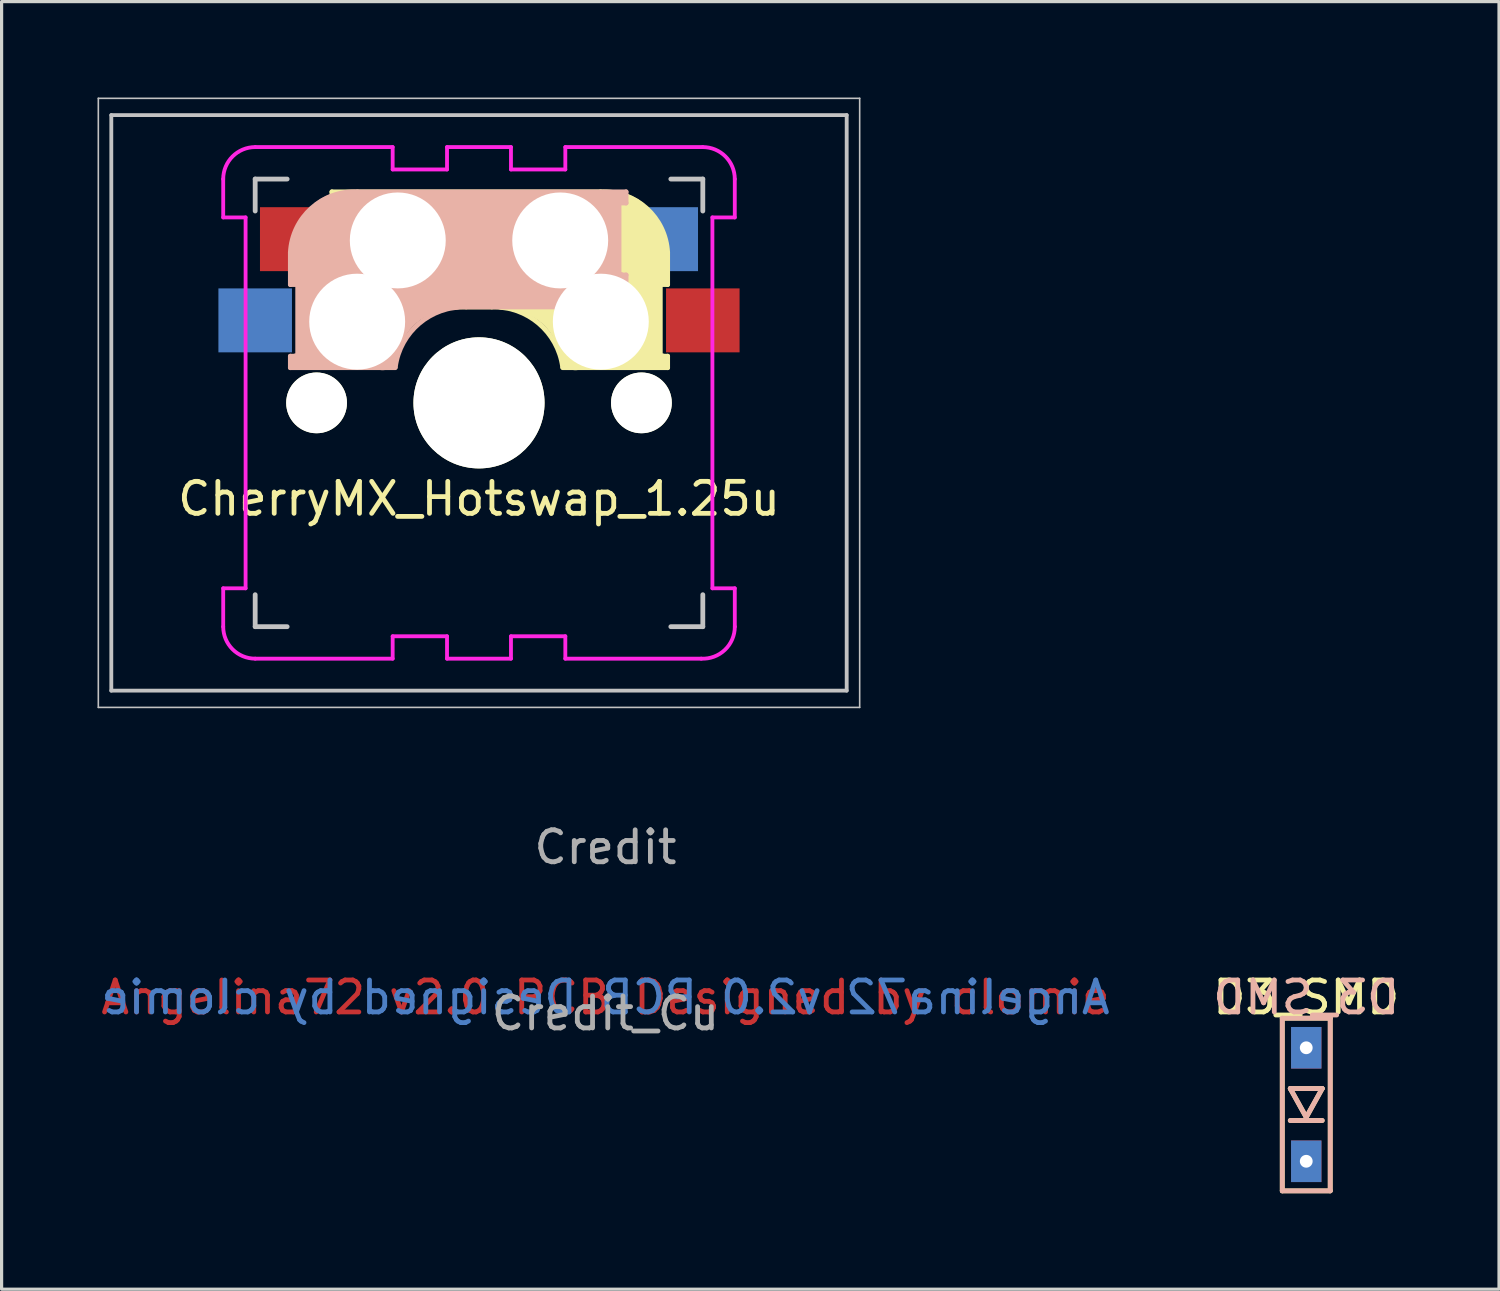
<source format=kicad_pcb>
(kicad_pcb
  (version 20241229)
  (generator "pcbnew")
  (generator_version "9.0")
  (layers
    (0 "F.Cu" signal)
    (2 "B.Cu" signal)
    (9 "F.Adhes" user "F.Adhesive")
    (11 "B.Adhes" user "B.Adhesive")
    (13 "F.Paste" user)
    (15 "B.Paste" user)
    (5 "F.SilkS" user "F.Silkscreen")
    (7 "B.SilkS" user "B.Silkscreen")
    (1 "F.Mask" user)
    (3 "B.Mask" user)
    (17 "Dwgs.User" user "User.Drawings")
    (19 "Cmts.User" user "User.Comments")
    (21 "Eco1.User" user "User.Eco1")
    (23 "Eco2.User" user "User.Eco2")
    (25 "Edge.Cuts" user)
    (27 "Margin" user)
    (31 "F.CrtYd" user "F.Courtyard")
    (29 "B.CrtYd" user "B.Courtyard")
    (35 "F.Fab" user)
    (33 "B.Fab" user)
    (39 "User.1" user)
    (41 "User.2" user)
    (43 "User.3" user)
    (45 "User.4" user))
  (footprint "Credit"
    (layer "F.Cu")
    (at 15.887 22.948)
    (property "Reference" "Credit" (at 0 0.5 0) (layer "F.Fab") (effects (font (size 1 1) (thickness 0.15))))
    (attr through_hole)
    (fp_text user "Angelina72 v2.0 PCB Designed by clomie" (at 0 0 0) (layer "F.Mask") (effects (font (size 1 1) (thickness 0.15))))
    (fp_text user "Angelina72 v2.0 PCB Designed by clomie" (at 0 0 0) (layer "B.Mask") (effects (font (size 1 1) (thickness 0.15)) (justify mirror))))
  (footprint "CherryMX_Hotswap_1.25u"
    (layer "F.Cu")
    (at 11.931 9.55)
    (property "Reference" "CherryMX_Hotswap_1.25u" (at 0 3 0) (layer "F.SilkS") (effects (font (size 1 1) (thickness 0.15))))
    (attr through_hole)
    (fp_line (start -4.6 -6.6) (end 3.8 -6.6) (stroke (width 0.15) (type solid)) (layer "F.SilkS"))
    (fp_line (start -4.6 -6.25) (end -4.6 -6.6) (stroke (width 0.15) (type solid)) (layer "F.SilkS"))
    (fp_line (start -4.6 -4) (end -4.4 -4) (stroke (width 0.15) (type solid)) (layer "F.SilkS"))
    (fp_line (start -4.6 -3) (end -4.6 -4) (stroke (width 0.15) (type solid)) (layer "F.SilkS"))
    (fp_line (start -4.4 -6.4) (end -3 -6.4) (stroke (width 0.4) (type solid)) (layer "F.SilkS"))
    (fp_line (start -4.4 -6.25) (end -4.6 -6.25) (stroke (width 0.15) (type solid)) (layer "F.SilkS"))
    (fp_line (start -4.4 -3.9) (end -4.4 -3.2) (stroke (width 0.4) (type solid)) (layer "F.SilkS"))
    (fp_line (start -4.38 -4) (end -4.38 -6.25) (stroke (width 0.15) (type solid)) (layer "F.SilkS"))
    (fp_line (start -4.3 -3.3) (end -2.9 -3.3) (stroke (width 0.5) (type solid)) (layer "F.SilkS"))
    (fp_line (start -3.9 -6) (end -3.9 -3.5) (stroke (width 1) (type solid)) (layer "F.SilkS"))
    (fp_line (start -2.6 -4.8) (end 4.1 -4.8) (stroke (width 3.5) (type solid)) (layer "F.SilkS"))
    (fp_line (start 0.4 -3) (end -4.6 -3) (stroke (width 0.15) (type solid)) (layer "F.SilkS"))
    (fp_line (start 4.17 -5.1) (end 4.17 -2.86) (stroke (width 3) (type solid)) (layer "F.SilkS"))
    (fp_line (start 5.3 -1.6) (end 5.3 -3.4) (stroke (width 0.8) (type solid)) (layer "F.SilkS"))
    (fp_line (start 5.67 -3.7) (end 5.67 -1.46) (stroke (width 0.15) (type solid)) (layer "F.SilkS"))
    (fp_line (start 5.7 -1.46) (end 5.9 -1.46) (stroke (width 0.15) (type solid)) (layer "F.SilkS"))
    (fp_line (start 5.7 -1.3) (end 3 -1.3) (stroke (width 0.5) (type solid)) (layer "F.SilkS"))
    (fp_line (start 5.8 -3.8) (end 5.8 -4.7) (stroke (width 0.3) (type solid)) (layer "F.SilkS"))
    (fp_line (start 5.9 -4.7) (end 5.9 -3.7) (stroke (width 0.15) (type solid)) (layer "F.SilkS"))
    (fp_line (start 5.9 -3.7) (end 5.7 -3.7) (stroke (width 0.15) (type solid)) (layer "F.SilkS"))
    (fp_line (start 5.9 -1.1) (end 2.62 -1.1) (stroke (width 0.15) (type solid)) (layer "F.SilkS"))
    (fp_line (start 5.9 -1.1) (end 5.9 -1.46) (stroke (width 0.15) (type solid)) (layer "F.SilkS"))
    (fp_arc (start 0.4 -3) (mid 1.868709 -2.486118) (end 2.616318 -1.121471) (stroke (width 0.15) (type solid)) (layer "F.SilkS"))
    (fp_arc (start 0.8 -3.4) (mid 2.268709 -2.886118) (end 3.016318 -1.521471) (stroke (width 1) (type solid)) (layer "F.SilkS"))
    (fp_arc (start 3.8 -6.600001) (mid 5.243504 -6.084925) (end 5.900001 -4.7) (stroke (width 0.15) (type solid)) (layer "F.SilkS"))
    (fp_line (start -5.9 -4.7) (end -5.9 -3.7) (stroke (width 0.15) (type solid)) (layer "B.SilkS"))
    (fp_line (start -5.9 -3.7) (end -5.7 -3.7) (stroke (width 0.15) (type solid)) (layer "B.SilkS"))
    (fp_line (start -5.9 -1.1) (end -5.9 -1.46) (stroke (width 0.15) (type solid)) (layer "B.SilkS"))
    (fp_line (start -5.9 -1.1) (end -2.62 -1.1) (stroke (width 0.15) (type solid)) (layer "B.SilkS"))
    (fp_line (start -5.8 -3.8) (end -5.8 -4.7) (stroke (width 0.3) (type solid)) (layer "B.SilkS"))
    (fp_line (start -5.7 -1.46) (end -5.9 -1.46) (stroke (width 0.15) (type solid)) (layer "B.SilkS"))
    (fp_line (start -5.7 -1.3) (end -3 -1.3) (stroke (width 0.5) (type solid)) (layer "B.SilkS"))
    (fp_line (start -5.67 -3.7) (end -5.67 -1.46) (stroke (width 0.15) (type solid)) (layer "B.SilkS"))
    (fp_line (start -5.3 -1.6) (end -5.3 -3.4) (stroke (width 0.8) (type solid)) (layer "B.SilkS"))
    (fp_line (start -4.17 -5.1) (end -4.17 -2.86) (stroke (width 3) (type solid)) (layer "B.SilkS"))
    (fp_line (start -0.4 -3) (end 4.6 -3) (stroke (width 0.15) (type solid)) (layer "B.SilkS"))
    (fp_line (start 2.6 -4.8) (end -4.1 -4.8) (stroke (width 3.5) (type solid)) (layer "B.SilkS"))
    (fp_line (start 3.9 -6) (end 3.9 -3.5) (stroke (width 1) (type solid)) (layer "B.SilkS"))
    (fp_line (start 4.3 -3.3) (end 2.9 -3.3) (stroke (width 0.5) (type solid)) (layer "B.SilkS"))
    (fp_line (start 4.38 -4) (end 4.38 -6.25) (stroke (width 0.15) (type solid)) (layer "B.SilkS"))
    (fp_line (start 4.4 -6.4) (end 3 -6.4) (stroke (width 0.4) (type solid)) (layer "B.SilkS"))
    (fp_line (start 4.4 -6.25) (end 4.6 -6.25) (stroke (width 0.15) (type solid)) (layer "B.SilkS"))
    (fp_line (start 4.4 -3.9) (end 4.4 -3.2) (stroke (width 0.4) (type solid)) (layer "B.SilkS"))
    (fp_line (start 4.6 -6.6) (end -3.8 -6.6) (stroke (width 0.15) (type solid)) (layer "B.SilkS"))
    (fp_line (start 4.6 -6.25) (end 4.6 -6.6) (stroke (width 0.15) (type solid)) (layer "B.SilkS"))
    (fp_line (start 4.6 -4) (end 4.4 -4) (stroke (width 0.15) (type solid)) (layer "B.SilkS"))
    (fp_line (start 4.6 -3) (end 4.6 -4) (stroke (width 0.15) (type solid)) (layer "B.SilkS"))
    (fp_arc (start -5.9 -4.699999) (mid -5.243504 -6.084924) (end -3.800001 -6.6) (stroke (width 0.15) (type solid)) (layer "B.SilkS"))
    (fp_arc (start -3.016318 -1.521471) (mid -2.268709 -2.886118) (end -0.8 -3.4) (stroke (width 1) (type solid)) (layer "B.SilkS"))
    (fp_arc (start -2.616318 -1.121471) (mid -1.868709 -2.486118) (end -0.4 -3) (stroke (width 0.15) (type solid)) (layer "B.SilkS"))
    (fp_line (start -11.906 -9.525) (end 11.906 -9.525) (stroke (width 0.05) (type solid)) (layer "Dwgs.User"))
    (fp_line (start -11.906 9.525) (end -11.906 -9.525) (stroke (width 0.05) (type solid)) (layer "Dwgs.User"))
    (fp_line (start -11.5 -9) (end 11.5 -9) (stroke (width 0.12) (type solid)) (layer "Dwgs.User"))
    (fp_line (start -11.5 9) (end -11.5 -9) (stroke (width 0.12) (type solid)) (layer "Dwgs.User"))
    (fp_line (start -7 -7) (end -6 -7) (stroke (width 0.15) (type solid)) (layer "Dwgs.User"))
    (fp_line (start -7 -6) (end -7 -7) (stroke (width 0.15) (type solid)) (layer "Dwgs.User"))
    (fp_line (start -7 6) (end -7 7) (stroke (width 0.15) (type solid)) (layer "Dwgs.User"))
    (fp_line (start -7 7) (end -6 7) (stroke (width 0.15) (type solid)) (layer "Dwgs.User"))
    (fp_line (start 6 7) (end 7 7) (stroke (width 0.15) (type solid)) (layer "Dwgs.User"))
    (fp_line (start 7 -7) (end 6 -7) (stroke (width 0.15) (type solid)) (layer "Dwgs.User"))
    (fp_line (start 7 -7) (end 7 -6) (stroke (width 0.15) (type solid)) (layer "Dwgs.User"))
    (fp_line (start 7 7) (end 7 6) (stroke (width 0.15) (type solid)) (layer "Dwgs.User"))
    (fp_line (start 11.5 -9) (end 11.5 9) (stroke (width 0.12) (type solid)) (layer "Dwgs.User"))
    (fp_line (start 11.5 9) (end -11.5 9) (stroke (width 0.12) (type solid)) (layer "Dwgs.User"))
    (fp_line (start 11.906 -9.525) (end 11.906 9.525) (stroke (width 0.05) (type solid)) (layer "Dwgs.User"))
    (fp_line (start 11.906 9.525) (end -11.906 9.525) (stroke (width 0.05) (type solid)) (layer "Dwgs.User"))
    (fp_line (start -8 -7) (end -8 -5.8) (stroke (width 0.12) (type solid)) (layer "F.CrtYd"))
    (fp_line (start -8 -5.8) (end -7.3 -5.8) (stroke (width 0.12) (type solid)) (layer "F.CrtYd"))
    (fp_line (start -8 5.8) (end -7.3 5.8) (stroke (width 0.12) (type solid)) (layer "F.CrtYd"))
    (fp_line (start -8 7) (end -8 5.8) (stroke (width 0.12) (type solid)) (layer "F.CrtYd"))
    (fp_line (start -7.3 -5.8) (end -7.3 5.8) (stroke (width 0.12) (type solid)) (layer "F.CrtYd"))
    (fp_line (start -7 -8) (end -2.7 -8) (stroke (width 0.12) (type solid)) (layer "F.CrtYd"))
    (fp_line (start -7 8) (end -2.7 8) (stroke (width 0.12) (type solid)) (layer "F.CrtYd"))
    (fp_line (start -2.7 -8) (end -2.7 -7.3) (stroke (width 0.12) (type solid)) (layer "F.CrtYd"))
    (fp_line (start -2.7 7.3) (end -1 7.3) (stroke (width 0.12) (type solid)) (layer "F.CrtYd"))
    (fp_line (start -2.7 8) (end -2.7 7.3) (stroke (width 0.12) (type solid)) (layer "F.CrtYd"))
    (fp_line (start -1 -8) (end -1 -7.3) (stroke (width 0.12) (type solid)) (layer "F.CrtYd"))
    (fp_line (start -1 -8) (end 1 -8) (stroke (width 0.12) (type solid)) (layer "F.CrtYd"))
    (fp_line (start -1 -7.3) (end -2.7 -7.3) (stroke (width 0.12) (type solid)) (layer "F.CrtYd"))
    (fp_line (start -1 7.3) (end -1 8) (stroke (width 0.12) (type solid)) (layer "F.CrtYd"))
    (fp_line (start -1 8) (end 1 8) (stroke (width 0.12) (type solid)) (layer "F.CrtYd"))
    (fp_line (start 1 -8) (end 1 -7.3) (stroke (width 0.12) (type solid)) (layer "F.CrtYd"))
    (fp_line (start 1 -7.3) (end 2.7 -7.3) (stroke (width 0.12) (type solid)) (layer "F.CrtYd"))
    (fp_line (start 1 7.3) (end 2.7 7.3) (stroke (width 0.12) (type solid)) (layer "F.CrtYd"))
    (fp_line (start 1 8) (end 1 7.3) (stroke (width 0.12) (type solid)) (layer "F.CrtYd"))
    (fp_line (start 2.7 -8) (end 2.7 -7.3) (stroke (width 0.12) (type solid)) (layer "F.CrtYd"))
    (fp_line (start 2.7 8) (end 2.7 7.3) (stroke (width 0.12) (type solid)) (layer "F.CrtYd"))
    (fp_line (start 6.95 8) (end 2.7 8) (stroke (width 0.12) (type solid)) (layer "F.CrtYd"))
    (fp_line (start 7 -8) (end 2.7 -8) (stroke (width 0.12) (type solid)) (layer "F.CrtYd"))
    (fp_line (start 7.3 5.8) (end 7.3 -5.8) (stroke (width 0.12) (type solid)) (layer "F.CrtYd"))
    (fp_line (start 8 -7) (end 8 -5.8) (stroke (width 0.12) (type solid)) (layer "F.CrtYd"))
    (fp_line (start 8 -5.8) (end 7.3 -5.8) (stroke (width 0.12) (type solid)) (layer "F.CrtYd"))
    (fp_line (start 8 5.8) (end 7.3 5.8) (stroke (width 0.12) (type solid)) (layer "F.CrtYd"))
    (fp_line (start 8.001 7) (end 8 5.8) (stroke (width 0.12) (type solid)) (layer "F.CrtYd"))
    (fp_arc (start -8 -7) (mid -7.707107 -7.707107) (end -7 -8) (stroke (width 0.12) (type solid)) (layer "F.CrtYd"))
    (fp_arc (start -7 8) (mid -7.707107 7.707107) (end -8 7) (stroke (width 0.12) (type solid)) (layer "F.CrtYd"))
    (fp_arc (start 7 -8) (mid 7.707107 -7.707107) (end 8 -7) (stroke (width 0.12) (type solid)) (layer "F.CrtYd"))
    (fp_arc (start 8.001249 7) (mid 7.690086 7.725452) (end 6.95 8) (stroke (width 0.12) (type solid)) (layer "F.CrtYd"))
    (pad "" np_thru_hole circle (at -5.08 0) (size 1.9 1.9) (drill 1.9) (layers "*.Cu" "*.Mask" "F.SilkS"))
    (pad "" np_thru_hole circle (at -3.81 -2.54 180) (size 3 3) (drill 3) (layers "*.Cu" "*.Mask"))
    (pad "" np_thru_hole circle (at -2.54 -5.08 180) (size 3 3) (drill 3) (layers "*.Cu" "*.Mask"))
    (pad "" np_thru_hole circle (at 0 0 90) (size 4.1 4.1) (drill 4.1) (layers "*.Cu" "*.Mask" "F.SilkS"))
    (pad "" np_thru_hole circle (at 2.54 -5.08 180) (size 3 3) (drill 3) (layers "*.Cu" "*.Mask"))
    (pad "" np_thru_hole circle (at 3.81 -2.54 180) (size 3 3) (drill 3) (layers "*.Cu" "*.Mask"))
    (pad "" np_thru_hole circle (at 5.08 0) (size 1.9 1.9) (drill 1.9) (layers "*.Cu" "*.Mask" "F.SilkS"))
    (pad "1" smd rect (at -7 -2.58 180) (size 2.3 2) (layers "B.Cu" "B.Mask" "B.Paste"))
    (pad "1" smd rect (at 7 -2.58 180) (size 2.3 2) (layers "F.Cu" "F.Mask" "F.Paste"))
    (pad "2" smd rect (at -5.7 -5.12 180) (size 2.3 2) (layers "F.Cu" "F.Mask" "F.Paste"))
    (pad "2" smd rect (at 5.7 -5.12 180) (size 2.3 2) (layers "B.Cu" "B.Mask" "B.Paste")))
  (footprint "Credit_Cu"
    (layer "F.Cu")
    (at 15.887 28.145)
    (property "Reference" "Credit_Cu" (at 0 0.5 0) (layer "F.Fab") (effects (font (size 1 1) (thickness 0.15))))
    (attr through_hole)
    (fp_text user "Angelina72 v2.0 PCB Designed by clomie" (at 0 0 0) (layer "F.Cu") (effects (font (size 1 1) (thickness 0.15))))
    (fp_text user "Angelina72 v2.0 PCB Designed by clomie" (at 0 0 0) (layer "F.Mask") (effects (font (size 1 1) (thickness 0.15))))
    (fp_text user "Angelina72 v2.0 PCB Designed by clomie" (at 0 0 0) (layer "B.Cu") (effects (font (size 1 1) (thickness 0.15)) (justify mirror)))
    (fp_text user "Angelina72 v2.0 PCB Designed by clomie" (at 0 0 0) (layer "B.Mask") (effects (font (size 1 1) (thickness 0.15)) (justify mirror))))
  (footprint "D3_SMD"
    (layer "F.Cu")
    (at 37.804 31.495)
    (property "Reference" "D3_SMD" (at 0 -3.35 0) (layer "F.SilkS") (effects (font (size 1 1) (thickness 0.15))))
    (attr through_hole)
    (fp_line (start -0.75 -2.7) (end -0.75 2.7) (stroke (width 0.15) (type solid)) (layer "F.SilkS"))
    (fp_line (start -0.75 -2.7) (end 0.75 -2.7) (stroke (width 0.15) (type solid)) (layer "F.SilkS"))
    (fp_line (start -0.75 2.7) (end 0.75 2.7) (stroke (width 0.15) (type solid)) (layer "F.SilkS"))
    (fp_line (start -0.5 -0.5) (end 0.5 -0.5) (stroke (width 0.15) (type solid)) (layer "F.SilkS"))
    (fp_line (start -0.5 0.5) (end 0.5 0.5) (stroke (width 0.15) (type solid)) (layer "F.SilkS"))
    (fp_line (start 0 0.4) (end -0.5 -0.5) (stroke (width 0.15) (type solid)) (layer "F.SilkS"))
    (fp_line (start 0.5 -0.5) (end 0 0.4) (stroke (width 0.15) (type solid)) (layer "F.SilkS"))
    (fp_line (start 0.75 2.7) (end 0.75 -2.7) (stroke (width 0.15) (type solid)) (layer "F.SilkS"))
    (fp_line (start -0.75 -2.7) (end -0.75 2.7) (stroke (width 0.15) (type solid)) (layer "B.SilkS"))
    (fp_line (start -0.75 2.7) (end 0.75 2.7) (stroke (width 0.15) (type solid)) (layer "B.SilkS"))
    (fp_line (start -0.5 -0.5) (end 0.5 -0.5) (stroke (width 0.15) (type solid)) (layer "B.SilkS"))
    (fp_line (start -0.5 0.5) (end 0.5 0.5) (stroke (width 0.15) (type solid)) (layer "B.SilkS"))
    (fp_line (start 0 0.4) (end -0.5 -0.5) (stroke (width 0.15) (type solid)) (layer "B.SilkS"))
    (fp_line (start 0.5 -0.5) (end 0 0.4) (stroke (width 0.15) (type solid)) (layer "B.SilkS"))
    (fp_line (start 0.75 -2.7) (end -0.75 -2.7) (stroke (width 0.15) (type solid)) (layer "B.SilkS"))
    (fp_line (start 0.75 2.7) (end 0.75 -2.7) (stroke (width 0.15) (type solid)) (layer "B.SilkS"))
    (fp_text user "${REFERENCE}" (at 0 -3.35 0) (layer "B.SilkS") (effects (font (size 1 1) (thickness 0.15)) (justify mirror)))
    (pad "1" thru_hole rect (at 0 1.775 90) (size 1.3 0.95) (drill 0.4) (layers "*.Cu" "*.Mask"))
    (pad "2" thru_hole rect (at 0 -1.775 90) (size 1.3 0.95) (drill 0.4) (layers "*.Cu" "*.Mask")))
  (gr_rect
    (start -3 -3)
    (end 43.833 37.27)
    (stroke (width 0.1) (type default))
    (fill no)
    (layer "Edge.Cuts")))
</source>
